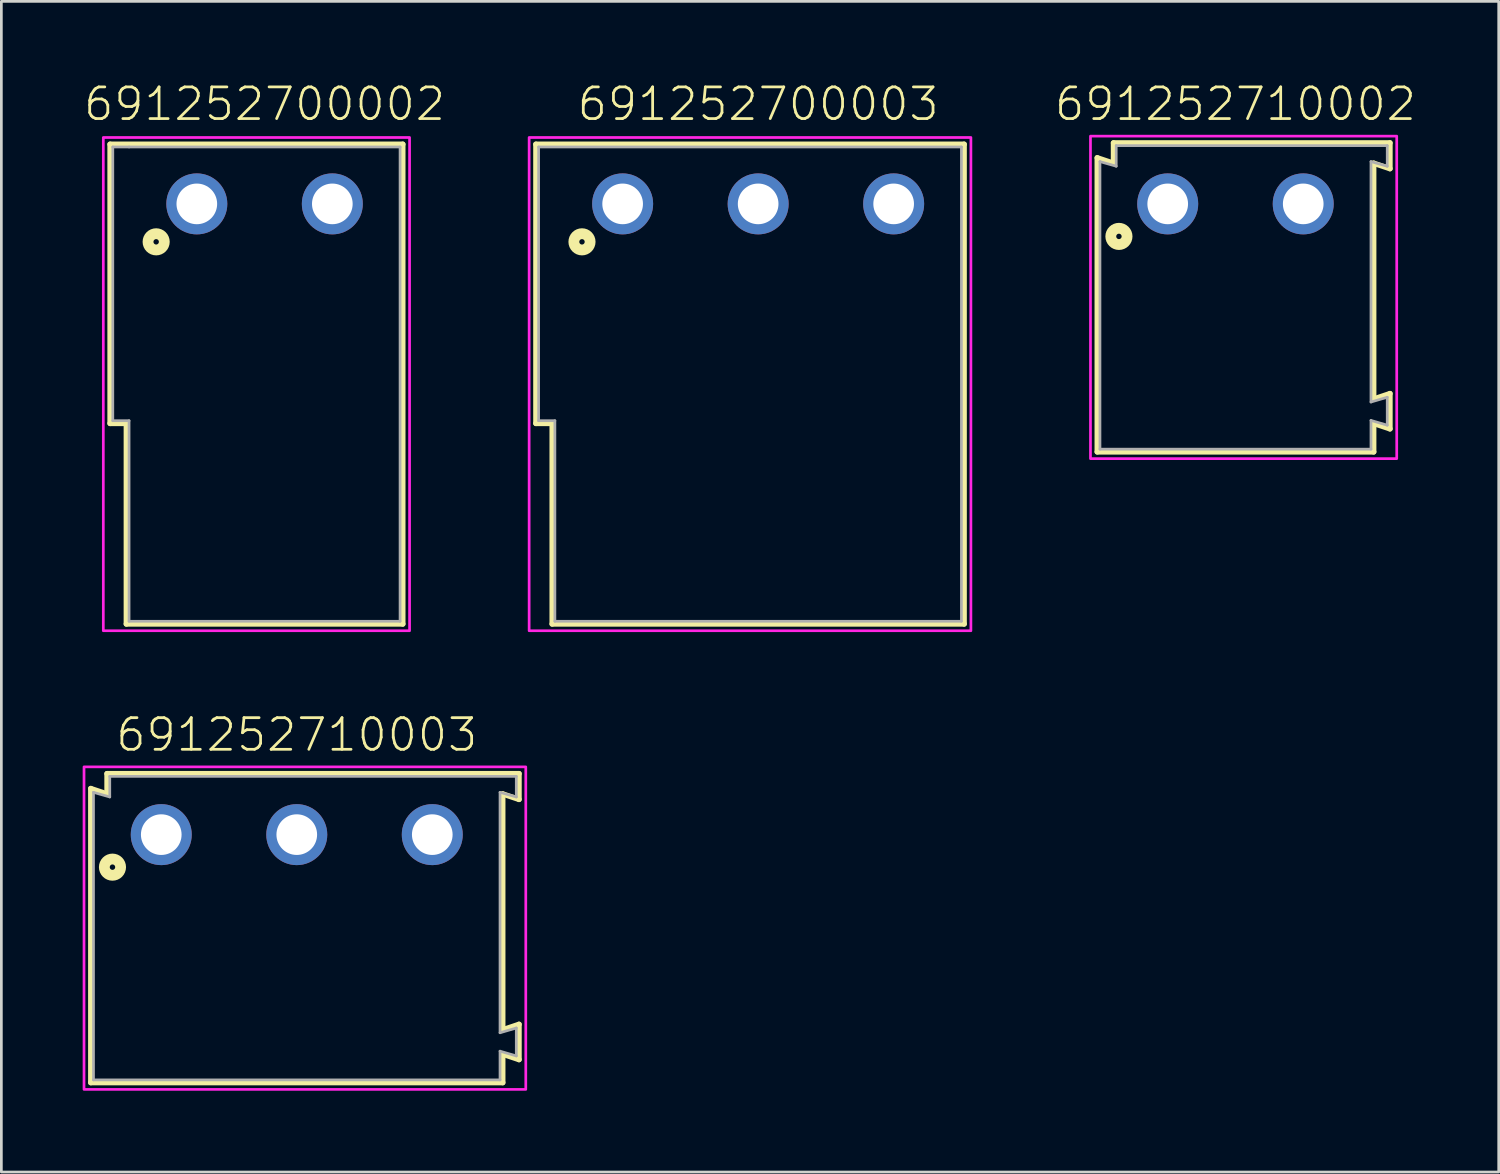
<source format=kicad_pcb>
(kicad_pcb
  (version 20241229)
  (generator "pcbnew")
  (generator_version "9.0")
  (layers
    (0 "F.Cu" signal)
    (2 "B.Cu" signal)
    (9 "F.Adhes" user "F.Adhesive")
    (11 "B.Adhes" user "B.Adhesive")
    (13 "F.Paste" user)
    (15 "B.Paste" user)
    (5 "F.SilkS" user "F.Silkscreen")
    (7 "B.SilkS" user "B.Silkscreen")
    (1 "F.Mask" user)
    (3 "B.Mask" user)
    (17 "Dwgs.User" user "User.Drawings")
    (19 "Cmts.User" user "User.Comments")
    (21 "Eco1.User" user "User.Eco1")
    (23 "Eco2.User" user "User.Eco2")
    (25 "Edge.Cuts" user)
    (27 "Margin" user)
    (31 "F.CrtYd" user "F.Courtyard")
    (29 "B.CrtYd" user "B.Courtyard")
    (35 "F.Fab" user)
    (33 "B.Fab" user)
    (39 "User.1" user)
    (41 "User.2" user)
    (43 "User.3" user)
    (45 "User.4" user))
  (footprint "691252700003"
    (layer "F.Cu")
    (at 24.924 4.473)
    (property "Reference" "691252700003" (at 0 -3 0) (unlocked yes) (layer "F.SilkS") (effects (font (size 1.168 1.168) (thickness 0.102)) (justify bottom)))
    (fp_line (start -8.2 -2.2) (end 7.6 -2.2) (stroke (width 0.2) (type solid)) (layer "F.SilkS"))
    (fp_line (start -8.2 8.1) (end -8.2 -2.2) (stroke (width 0.2) (type solid)) (layer "F.SilkS"))
    (fp_line (start -7.6 8.1) (end -8.2 8.1) (stroke (width 0.2) (type solid)) (layer "F.SilkS"))
    (fp_line (start -7.6 15.5) (end -7.6 8.1) (stroke (width 0.2) (type solid)) (layer "F.SilkS"))
    (fp_line (start 7.6 -2.2) (end 7.6 15.5) (stroke (width 0.2) (type solid)) (layer "F.SilkS"))
    (fp_line (start 7.6 15.5) (end -7.6 15.5) (stroke (width 0.2) (type solid)) (layer "F.SilkS"))
    (fp_circle (center -6.5 1.4) (end -6.4 1.4) (stroke (width 0.4) (type solid)) (fill no) (layer "F.SilkS"))
    (fp_poly (pts (xy 7.85 15.75) (xy -8.45 15.75) (xy -8.45 -2.45) (xy 7.85 -2.45)) (stroke (width 0.1) (type default)) (fill no) (layer "F.CrtYd"))
    (fp_line (start -8.1 -2.1) (end -8.1 8) (stroke (width 0.1) (type solid)) (layer "F.Fab"))
    (fp_line (start -8.1 8) (end -7.5 8) (stroke (width 0.1) (type solid)) (layer "F.Fab"))
    (fp_line (start -7.5 15.4) (end -7.5 8) (stroke (width 0.1) (type solid)) (layer "F.Fab"))
    (fp_line (start 7.5 -2.1) (end -8.1 -2.1) (stroke (width 0.1) (type solid)) (layer "F.Fab"))
    (fp_line (start 7.5 15.4) (end -7.5 15.4) (stroke (width 0.1) (type solid)) (layer "F.Fab"))
    (fp_line (start 7.5 15.4) (end 7.5 -2.1) (stroke (width 0.1) (type solid)) (layer "F.Fab"))
    (pad "1" thru_hole circle (at -5 0 180) (size 2.25 2.25) (drill 1.5) (layers "*.Cu" "*.Mask"))
    (pad "2" thru_hole circle (at 0 0 180) (size 2.25 2.25) (drill 1.5) (layers "*.Cu" "*.Mask"))
    (pad "3" thru_hole circle (at 5 0 180) (size 2.25 2.25) (drill 1.5) (layers "*.Cu" "*.Mask")))
  (footprint "691252700002"
    (layer "F.Cu")
    (at 6.712 4.473)
    (property "Reference" "691252700002" (at 0 -3 0) (unlocked yes) (layer "F.SilkS") (effects (font (size 1.168 1.168) (thickness 0.102)) (justify bottom)))
    (fp_line (start -5.7 -2.2) (end 5.1 -2.2) (stroke (width 0.2) (type solid)) (layer "F.SilkS"))
    (fp_line (start -5.7 8.1) (end -5.7 -2.2) (stroke (width 0.2) (type solid)) (layer "F.SilkS"))
    (fp_line (start -5.1 8.1) (end -5.7 8.1) (stroke (width 0.2) (type solid)) (layer "F.SilkS"))
    (fp_line (start -5.1 15.5) (end -5.1 8.1) (stroke (width 0.2) (type solid)) (layer "F.SilkS"))
    (fp_line (start 5.1 -2.2) (end 5.1 15.5) (stroke (width 0.2) (type solid)) (layer "F.SilkS"))
    (fp_line (start 5.1 15.5) (end -5.1 15.5) (stroke (width 0.2) (type solid)) (layer "F.SilkS"))
    (fp_circle (center -4 1.4) (end -3.9 1.4) (stroke (width 0.4) (type solid)) (fill no) (layer "F.SilkS"))
    (fp_poly (pts (xy 5.35 15.75) (xy -5.95 15.75) (xy -5.95 -2.45) (xy 5.35 -2.45)) (stroke (width 0.1) (type default)) (fill no) (layer "F.CrtYd"))
    (fp_line (start -5.6 -2.1) (end -5.6 8) (stroke (width 0.1) (type solid)) (layer "F.Fab"))
    (fp_line (start -5.6 8) (end -5 8) (stroke (width 0.1) (type solid)) (layer "F.Fab"))
    (fp_line (start -5 -2.1) (end -5.6 -2.1) (stroke (width 0.1) (type solid)) (layer "F.Fab"))
    (fp_line (start -5 15.4) (end -5 8) (stroke (width 0.1) (type solid)) (layer "F.Fab"))
    (fp_line (start 5 -2.1) (end -5 -2.1) (stroke (width 0.1) (type solid)) (layer "F.Fab"))
    (fp_line (start 5 15.4) (end -5 15.4) (stroke (width 0.1) (type solid)) (layer "F.Fab"))
    (fp_line (start 5 15.4) (end 5 -2.1) (stroke (width 0.1) (type solid)) (layer "F.Fab"))
    (pad "1" thru_hole circle (at -2.5 0 180) (size 2.25 2.25) (drill 1.5) (layers "*.Cu" "*.Mask"))
    (pad "2" thru_hole circle (at 2.5 0 180) (size 2.25 2.25) (drill 1.5) (layers "*.Cu" "*.Mask")))
  (footprint "691252710002"
    (layer "F.Cu")
    (at 42.536 4.473)
    (property "Reference" "691252710002" (at 0 -3 0) (unlocked yes) (layer "F.SilkS") (effects (font (size 1.168 1.168) (thickness 0.102)) (justify bottom)))
    (fp_line (start -5.1 -1.7) (end -4.5 -1.5) (stroke (width 0.2) (type solid)) (layer "F.SilkS"))
    (fp_line (start -5.1 9.15) (end -5.1 -1.7) (stroke (width 0.2) (type solid)) (layer "F.SilkS"))
    (fp_line (start -4.5 -2.25) (end 5.7 -2.25) (stroke (width 0.2) (type solid)) (layer "F.SilkS"))
    (fp_line (start -4.5 -1.5) (end -4.5 -2.25) (stroke (width 0.2) (type solid)) (layer "F.SilkS"))
    (fp_line (start 5.1 -1.5) (end 5.1 7.2) (stroke (width 0.2) (type solid)) (layer "F.SilkS"))
    (fp_line (start 5.1 7.2) (end 5.7 7) (stroke (width 0.2) (type solid)) (layer "F.SilkS"))
    (fp_line (start 5.1 8.1) (end 5.1 9.15) (stroke (width 0.2) (type solid)) (layer "F.SilkS"))
    (fp_line (start 5.1 9.15) (end -5.1 9.15) (stroke (width 0.2) (type solid)) (layer "F.SilkS"))
    (fp_line (start 5.7 -2.25) (end 5.7 -1.3) (stroke (width 0.2) (type solid)) (layer "F.SilkS"))
    (fp_line (start 5.7 -1.3) (end 5.1 -1.5) (stroke (width 0.2) (type solid)) (layer "F.SilkS"))
    (fp_line (start 5.7 7) (end 5.7 8.3) (stroke (width 0.2) (type solid)) (layer "F.SilkS"))
    (fp_line (start 5.7 8.3) (end 5.1 8.1) (stroke (width 0.2) (type solid)) (layer "F.SilkS"))
    (fp_circle (center -4.3 1.2) (end -4.2 1.2) (stroke (width 0.4) (type solid)) (fill no) (layer "F.SilkS"))
    (fp_poly (pts (xy 5.95 9.4) (xy -5.35 9.4) (xy -5.35 -2.5) (xy 5.95 -2.5)) (stroke (width 0.1) (type default)) (fill no) (layer "F.CrtYd"))
    (fp_line (start -5 -1.56) (end -5 9.05) (stroke (width 0.1) (type solid)) (layer "F.Fab"))
    (fp_line (start -5 -1.56) (end -4.4 -1.39) (stroke (width 0.1) (type solid)) (layer "F.Fab"))
    (fp_line (start -5 9.05) (end 5 9.05) (stroke (width 0.1) (type solid)) (layer "F.Fab"))
    (fp_line (start -4.4 -2.15) (end 5.6 -2.15) (stroke (width 0.1) (type solid)) (layer "F.Fab"))
    (fp_line (start -4.4 -1.39) (end -4.4 -2.15) (stroke (width 0.1) (type solid)) (layer "F.Fab"))
    (fp_line (start 5 -1.56) (end 5 7.31) (stroke (width 0.1) (type solid)) (layer "F.Fab"))
    (fp_line (start 5 -1.56) (end 5.6 -1.39) (stroke (width 0.1) (type solid)) (layer "F.Fab"))
    (fp_line (start 5 7.31) (end 5.6 7.135) (stroke (width 0.1) (type solid)) (layer "F.Fab"))
    (fp_line (start 5 7.99) (end 5 9.05) (stroke (width 0.1) (type solid)) (layer "F.Fab"))
    (fp_line (start 5 7.99) (end 5.6 8.165) (stroke (width 0.1) (type solid)) (layer "F.Fab"))
    (fp_line (start 5.6 -2.15) (end 5.6 -1.39) (stroke (width 0.1) (type solid)) (layer "F.Fab"))
    (fp_line (start 5.6 7.135) (end 5.6 8.165) (stroke (width 0.1) (type solid)) (layer "F.Fab"))
    (pad "1" thru_hole circle (at -2.5 0) (size 2.25 2.25) (drill 1.5) (layers "*.Cu" "*.Mask"))
    (pad "2" thru_hole circle (at 2.5 0) (size 2.25 2.25) (drill 1.5) (layers "*.Cu" "*.Mask")))
  (footprint "691252710003"
    (layer "F.Cu")
    (at 7.9 27.746)
    (property "Reference" "691252710003" (at 0 -3 0) (unlocked yes) (layer "F.SilkS") (effects (font (size 1.168 1.168) (thickness 0.102)) (justify bottom)))
    (fp_line (start -7.6 -1.7) (end -7 -1.5) (stroke (width 0.2) (type solid)) (layer "F.SilkS"))
    (fp_line (start -7.6 9.15) (end -7.6 -1.7) (stroke (width 0.2) (type solid)) (layer "F.SilkS"))
    (fp_line (start -7 -2.25) (end 8.2 -2.25) (stroke (width 0.2) (type solid)) (layer "F.SilkS"))
    (fp_line (start -7 -1.5) (end -7 -2.25) (stroke (width 0.2) (type solid)) (layer "F.SilkS"))
    (fp_line (start 7.6 -1.5) (end 7.6 7.2) (stroke (width 0.2) (type solid)) (layer "F.SilkS"))
    (fp_line (start 7.6 7.2) (end 8.2 7) (stroke (width 0.2) (type solid)) (layer "F.SilkS"))
    (fp_line (start 7.6 8.1) (end 7.6 9.15) (stroke (width 0.2) (type solid)) (layer "F.SilkS"))
    (fp_line (start 7.6 9.15) (end -7.6 9.15) (stroke (width 0.2) (type solid)) (layer "F.SilkS"))
    (fp_line (start 8.2 -2.25) (end 8.2 -1.3) (stroke (width 0.2) (type solid)) (layer "F.SilkS"))
    (fp_line (start 8.2 -1.3) (end 7.6 -1.5) (stroke (width 0.2) (type solid)) (layer "F.SilkS"))
    (fp_line (start 8.2 7) (end 8.2 8.3) (stroke (width 0.2) (type solid)) (layer "F.SilkS"))
    (fp_line (start 8.2 8.3) (end 7.6 8.1) (stroke (width 0.2) (type solid)) (layer "F.SilkS"))
    (fp_circle (center -6.8 1.2) (end -6.7 1.2) (stroke (width 0.4) (type solid)) (fill no) (layer "F.SilkS"))
    (fp_poly (pts (xy 8.45 9.4) (xy -7.85 9.4) (xy -7.85 -2.5) (xy 8.45 -2.5)) (stroke (width 0.1) (type default)) (fill no) (layer "F.CrtYd"))
    (fp_line (start -7.5 -1.56) (end -7.5 9.05) (stroke (width 0.1) (type solid)) (layer "F.Fab"))
    (fp_line (start -7.5 -1.56) (end -6.9 -1.39) (stroke (width 0.1) (type solid)) (layer "F.Fab"))
    (fp_line (start -7.5 9.05) (end 7.5 9.05) (stroke (width 0.1) (type solid)) (layer "F.Fab"))
    (fp_line (start -6.9 -2.15) (end 8.1 -2.15) (stroke (width 0.1) (type solid)) (layer "F.Fab"))
    (fp_line (start -6.9 -1.39) (end -6.9 -2.15) (stroke (width 0.1) (type solid)) (layer "F.Fab"))
    (fp_line (start 7.5 -1.56) (end 7.5 7.31) (stroke (width 0.1) (type solid)) (layer "F.Fab"))
    (fp_line (start 7.5 -1.56) (end 8.1 -1.39) (stroke (width 0.1) (type solid)) (layer "F.Fab"))
    (fp_line (start 7.5 7.31) (end 8.1 7.135) (stroke (width 0.1) (type solid)) (layer "F.Fab"))
    (fp_line (start 7.5 7.99) (end 7.5 9.05) (stroke (width 0.1) (type solid)) (layer "F.Fab"))
    (fp_line (start 7.5 7.99) (end 8.1 8.165) (stroke (width 0.1) (type solid)) (layer "F.Fab"))
    (fp_line (start 8.1 -2.15) (end 8.1 -1.39) (stroke (width 0.1) (type solid)) (layer "F.Fab"))
    (fp_line (start 8.1 7.135) (end 8.1 8.165) (stroke (width 0.1) (type solid)) (layer "F.Fab"))
    (pad "1" thru_hole circle (at -5 0) (size 2.25 2.25) (drill 1.5) (layers "*.Cu" "*.Mask"))
    (pad "2" thru_hole circle (at 0 0) (size 2.25 2.25) (drill 1.5) (layers "*.Cu" "*.Mask"))
    (pad "3" thru_hole circle (at 5 0) (size 2.25 2.25) (drill 1.5) (layers "*.Cu" "*.Mask")))
  (gr_rect
    (start -3 -3)
    (end 52.249 40.196)
    (stroke (width 0.1) (type default))
    (fill no)
    (layer "Edge.Cuts")))
</source>
